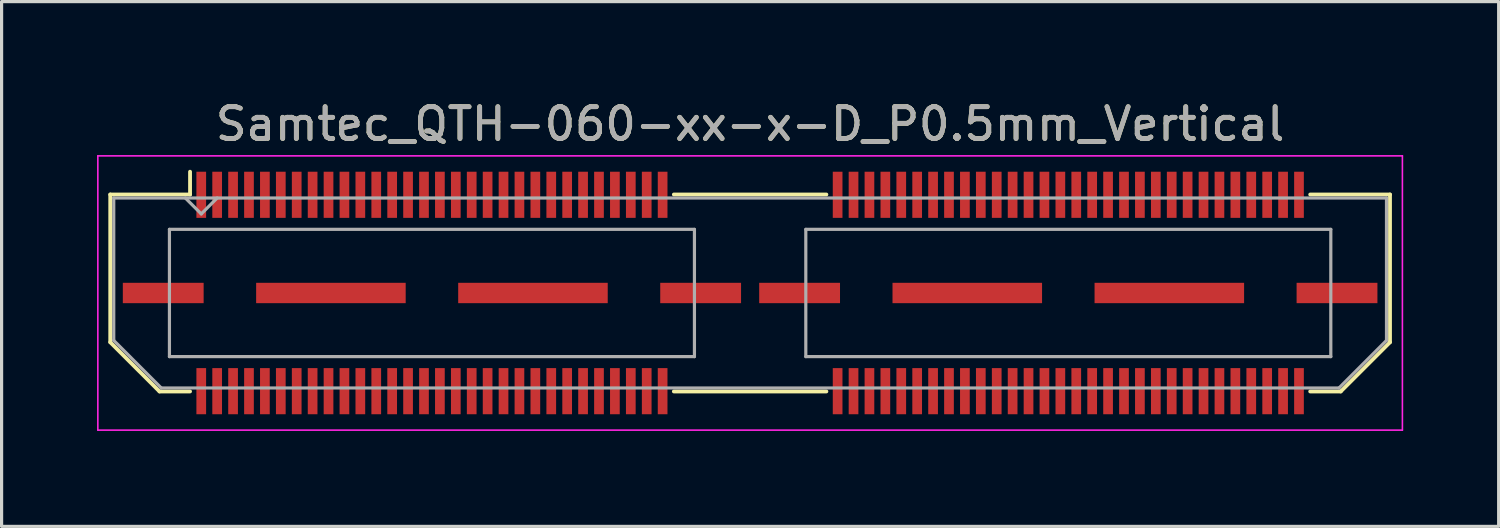
<source format=kicad_pcb>
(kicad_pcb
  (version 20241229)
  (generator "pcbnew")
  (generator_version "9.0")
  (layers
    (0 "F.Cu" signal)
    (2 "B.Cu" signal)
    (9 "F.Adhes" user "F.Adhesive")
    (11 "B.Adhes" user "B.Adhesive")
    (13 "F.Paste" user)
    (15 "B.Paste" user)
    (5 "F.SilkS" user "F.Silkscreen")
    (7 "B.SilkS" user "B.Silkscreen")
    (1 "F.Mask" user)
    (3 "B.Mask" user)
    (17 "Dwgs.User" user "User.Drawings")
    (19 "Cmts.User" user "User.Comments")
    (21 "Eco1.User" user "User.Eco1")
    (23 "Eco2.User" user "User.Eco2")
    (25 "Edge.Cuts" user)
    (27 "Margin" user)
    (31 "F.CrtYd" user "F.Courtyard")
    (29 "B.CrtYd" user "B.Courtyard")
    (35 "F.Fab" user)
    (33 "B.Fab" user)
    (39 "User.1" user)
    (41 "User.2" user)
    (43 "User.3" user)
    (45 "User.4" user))
  (footprint "Samtec_QTH-060-xx-x-D_P0.5mm_Vertical"
    (layer "F.Cu")
    (at 20.525 6.158)
    (property "Reference" "Samtec_QTH-060-xx-x-D_P0.5mm_Vertical" (at 0 -5.31 0) (layer "F.SilkS") (effects (font (size 1 1) (thickness 0.15))))
    (attr smd)
    (fp_line (start -20.11 -3.095) (end -20.11 1.548) (stroke (width 0.12) (type solid)) (layer "F.SilkS"))
    (fp_line (start -20.11 1.548) (end -18.562 3.095) (stroke (width 0.12) (type solid)) (layer "F.SilkS"))
    (fp_line (start -18.562 3.095) (end -17.602 3.095) (stroke (width 0.12) (type solid)) (layer "F.SilkS"))
    (fp_line (start -17.602 -3.811) (end -17.602 -3.095) (stroke (width 0.12) (type solid)) (layer "F.SilkS"))
    (fp_line (start -17.602 -3.095) (end -20.11 -3.095) (stroke (width 0.12) (type solid)) (layer "F.SilkS"))
    (fp_line (start -2.397 -3.095) (end 2.397 -3.095) (stroke (width 0.12) (type solid)) (layer "F.SilkS"))
    (fp_line (start -2.397 3.095) (end 2.397 3.095) (stroke (width 0.12) (type solid)) (layer "F.SilkS"))
    (fp_line (start 17.602 -3.095) (end 20.11 -3.095) (stroke (width 0.12) (type solid)) (layer "F.SilkS"))
    (fp_line (start 18.562 3.095) (end 17.602 3.095) (stroke (width 0.12) (type solid)) (layer "F.SilkS"))
    (fp_line (start 20.11 -3.095) (end 20.11 1.548) (stroke (width 0.12) (type solid)) (layer "F.SilkS"))
    (fp_line (start 20.11 1.548) (end 18.562 3.095) (stroke (width 0.12) (type solid)) (layer "F.SilkS"))
    (fp_line (start -20.5 -4.31) (end -20.5 4.31) (stroke (width 0.05) (type solid)) (layer "F.CrtYd"))
    (fp_line (start -20.5 4.31) (end 20.5 4.31) (stroke (width 0.05) (type solid)) (layer "F.CrtYd"))
    (fp_line (start 20.5 -4.31) (end -20.5 -4.31) (stroke (width 0.05) (type solid)) (layer "F.CrtYd"))
    (fp_line (start 20.5 4.31) (end 20.5 -4.31) (stroke (width 0.05) (type solid)) (layer "F.CrtYd"))
    (fp_line (start -20 -2.985) (end -20 1.492) (stroke (width 0.1) (type solid)) (layer "F.Fab"))
    (fp_line (start -20 -2.985) (end 20 -2.985) (stroke (width 0.1) (type solid)) (layer "F.Fab"))
    (fp_line (start -20 1.492) (end -18.508 2.985) (stroke (width 0.1) (type solid)) (layer "F.Fab"))
    (fp_line (start -18.508 2.985) (end 18.508 2.985) (stroke (width 0.1) (type solid)) (layer "F.Fab"))
    (fp_line (start -18.25 -2) (end -18.25 2) (stroke (width 0.1) (type solid)) (layer "F.Fab"))
    (fp_line (start -18.25 2) (end -1.75 2) (stroke (width 0.1) (type solid)) (layer "F.Fab"))
    (fp_line (start -17.25 -2.485) (end -17.75 -2.985) (stroke (width 0.1) (type solid)) (layer "F.Fab"))
    (fp_line (start -16.75 -2.985) (end -17.25 -2.485) (stroke (width 0.1) (type solid)) (layer "F.Fab"))
    (fp_line (start -1.75 -2) (end -18.25 -2) (stroke (width 0.1) (type solid)) (layer "F.Fab"))
    (fp_line (start -1.75 2) (end -1.75 -2) (stroke (width 0.1) (type solid)) (layer "F.Fab"))
    (fp_line (start 1.75 -2) (end 1.75 2) (stroke (width 0.1) (type solid)) (layer "F.Fab"))
    (fp_line (start 1.75 2) (end 18.25 2) (stroke (width 0.1) (type solid)) (layer "F.Fab"))
    (fp_line (start 18.25 -2) (end 1.75 -2) (stroke (width 0.1) (type solid)) (layer "F.Fab"))
    (fp_line (start 18.25 2) (end 18.25 -2) (stroke (width 0.1) (type solid)) (layer "F.Fab"))
    (fp_line (start 20 -2.985) (end 20 1.492) (stroke (width 0.1) (type solid)) (layer "F.Fab"))
    (fp_line (start 20 1.492) (end 18.508 2.985) (stroke (width 0.1) (type solid)) (layer "F.Fab"))
    (fp_text user "${REFERENCE}" (at 0 -5.31 0) (layer "F.Fab") (effects (font (size 1 1) (thickness 0.15))))
    (pad "1" smd rect (at -17.25 -3.086) (size 0.305 1.45) (layers "F.Cu" "F.Mask" "F.Paste"))
    (pad "2" smd rect (at -17.25 3.086) (size 0.305 1.45) (layers "F.Cu" "F.Mask" "F.Paste"))
    (pad "3" smd rect (at -16.75 -3.086) (size 0.305 1.45) (layers "F.Cu" "F.Mask" "F.Paste"))
    (pad "4" smd rect (at -16.75 3.086) (size 0.305 1.45) (layers "F.Cu" "F.Mask" "F.Paste"))
    (pad "5" smd rect (at -16.25 -3.086) (size 0.305 1.45) (layers "F.Cu" "F.Mask" "F.Paste"))
    (pad "6" smd rect (at -16.25 3.086) (size 0.305 1.45) (layers "F.Cu" "F.Mask" "F.Paste"))
    (pad "7" smd rect (at -15.75 -3.086) (size 0.305 1.45) (layers "F.Cu" "F.Mask" "F.Paste"))
    (pad "8" smd rect (at -15.75 3.086) (size 0.305 1.45) (layers "F.Cu" "F.Mask" "F.Paste"))
    (pad "9" smd rect (at -15.25 -3.086) (size 0.305 1.45) (layers "F.Cu" "F.Mask" "F.Paste"))
    (pad "10" smd rect (at -15.25 3.086) (size 0.305 1.45) (layers "F.Cu" "F.Mask" "F.Paste"))
    (pad "11" smd rect (at -14.75 -3.086) (size 0.305 1.45) (layers "F.Cu" "F.Mask" "F.Paste"))
    (pad "12" smd rect (at -14.75 3.086) (size 0.305 1.45) (layers "F.Cu" "F.Mask" "F.Paste"))
    (pad "13" smd rect (at -14.25 -3.086) (size 0.305 1.45) (layers "F.Cu" "F.Mask" "F.Paste"))
    (pad "14" smd rect (at -14.25 3.086) (size 0.305 1.45) (layers "F.Cu" "F.Mask" "F.Paste"))
    (pad "15" smd rect (at -13.75 -3.086) (size 0.305 1.45) (layers "F.Cu" "F.Mask" "F.Paste"))
    (pad "16" smd rect (at -13.75 3.086) (size 0.305 1.45) (layers "F.Cu" "F.Mask" "F.Paste"))
    (pad "17" smd rect (at -13.25 -3.086) (size 0.305 1.45) (layers "F.Cu" "F.Mask" "F.Paste"))
    (pad "18" smd rect (at -13.25 3.086) (size 0.305 1.45) (layers "F.Cu" "F.Mask" "F.Paste"))
    (pad "19" smd rect (at -12.75 -3.086) (size 0.305 1.45) (layers "F.Cu" "F.Mask" "F.Paste"))
    (pad "20" smd rect (at -12.75 3.086) (size 0.305 1.45) (layers "F.Cu" "F.Mask" "F.Paste"))
    (pad "21" smd rect (at -12.25 -3.086) (size 0.305 1.45) (layers "F.Cu" "F.Mask" "F.Paste"))
    (pad "22" smd rect (at -12.25 3.086) (size 0.305 1.45) (layers "F.Cu" "F.Mask" "F.Paste"))
    (pad "23" smd rect (at -11.75 -3.086) (size 0.305 1.45) (layers "F.Cu" "F.Mask" "F.Paste"))
    (pad "24" smd rect (at -11.75 3.086) (size 0.305 1.45) (layers "F.Cu" "F.Mask" "F.Paste"))
    (pad "25" smd rect (at -11.25 -3.086) (size 0.305 1.45) (layers "F.Cu" "F.Mask" "F.Paste"))
    (pad "26" smd rect (at -11.25 3.086) (size 0.305 1.45) (layers "F.Cu" "F.Mask" "F.Paste"))
    (pad "27" smd rect (at -10.75 -3.086) (size 0.305 1.45) (layers "F.Cu" "F.Mask" "F.Paste"))
    (pad "28" smd rect (at -10.75 3.086) (size 0.305 1.45) (layers "F.Cu" "F.Mask" "F.Paste"))
    (pad "29" smd rect (at -10.25 -3.086) (size 0.305 1.45) (layers "F.Cu" "F.Mask" "F.Paste"))
    (pad "30" smd rect (at -10.25 3.086) (size 0.305 1.45) (layers "F.Cu" "F.Mask" "F.Paste"))
    (pad "31" smd rect (at -9.75 -3.086) (size 0.305 1.45) (layers "F.Cu" "F.Mask" "F.Paste"))
    (pad "32" smd rect (at -9.75 3.086) (size 0.305 1.45) (layers "F.Cu" "F.Mask" "F.Paste"))
    (pad "33" smd rect (at -9.25 -3.086) (size 0.305 1.45) (layers "F.Cu" "F.Mask" "F.Paste"))
    (pad "34" smd rect (at -9.25 3.086) (size 0.305 1.45) (layers "F.Cu" "F.Mask" "F.Paste"))
    (pad "35" smd rect (at -8.75 -3.086) (size 0.305 1.45) (layers "F.Cu" "F.Mask" "F.Paste"))
    (pad "36" smd rect (at -8.75 3.086) (size 0.305 1.45) (layers "F.Cu" "F.Mask" "F.Paste"))
    (pad "37" smd rect (at -8.25 -3.086) (size 0.305 1.45) (layers "F.Cu" "F.Mask" "F.Paste"))
    (pad "38" smd rect (at -8.25 3.086) (size 0.305 1.45) (layers "F.Cu" "F.Mask" "F.Paste"))
    (pad "39" smd rect (at -7.75 -3.086) (size 0.305 1.45) (layers "F.Cu" "F.Mask" "F.Paste"))
    (pad "40" smd rect (at -7.75 3.086) (size 0.305 1.45) (layers "F.Cu" "F.Mask" "F.Paste"))
    (pad "41" smd rect (at -7.25 -3.086) (size 0.305 1.45) (layers "F.Cu" "F.Mask" "F.Paste"))
    (pad "42" smd rect (at -7.25 3.086) (size 0.305 1.45) (layers "F.Cu" "F.Mask" "F.Paste"))
    (pad "43" smd rect (at -6.75 -3.086) (size 0.305 1.45) (layers "F.Cu" "F.Mask" "F.Paste"))
    (pad "44" smd rect (at -6.75 3.086) (size 0.305 1.45) (layers "F.Cu" "F.Mask" "F.Paste"))
    (pad "45" smd rect (at -6.25 -3.086) (size 0.305 1.45) (layers "F.Cu" "F.Mask" "F.Paste"))
    (pad "46" smd rect (at -6.25 3.086) (size 0.305 1.45) (layers "F.Cu" "F.Mask" "F.Paste"))
    (pad "47" smd rect (at -5.75 -3.086) (size 0.305 1.45) (layers "F.Cu" "F.Mask" "F.Paste"))
    (pad "48" smd rect (at -5.75 3.086) (size 0.305 1.45) (layers "F.Cu" "F.Mask" "F.Paste"))
    (pad "49" smd rect (at -5.25 -3.086) (size 0.305 1.45) (layers "F.Cu" "F.Mask" "F.Paste"))
    (pad "50" smd rect (at -5.25 3.086) (size 0.305 1.45) (layers "F.Cu" "F.Mask" "F.Paste"))
    (pad "51" smd rect (at -4.75 -3.086) (size 0.305 1.45) (layers "F.Cu" "F.Mask" "F.Paste"))
    (pad "52" smd rect (at -4.75 3.086) (size 0.305 1.45) (layers "F.Cu" "F.Mask" "F.Paste"))
    (pad "53" smd rect (at -4.25 -3.086) (size 0.305 1.45) (layers "F.Cu" "F.Mask" "F.Paste"))
    (pad "54" smd rect (at -4.25 3.086) (size 0.305 1.45) (layers "F.Cu" "F.Mask" "F.Paste"))
    (pad "55" smd rect (at -3.75 -3.086) (size 0.305 1.45) (layers "F.Cu" "F.Mask" "F.Paste"))
    (pad "56" smd rect (at -3.75 3.086) (size 0.305 1.45) (layers "F.Cu" "F.Mask" "F.Paste"))
    (pad "57" smd rect (at -3.25 -3.086) (size 0.305 1.45) (layers "F.Cu" "F.Mask" "F.Paste"))
    (pad "58" smd rect (at -3.25 3.086) (size 0.305 1.45) (layers "F.Cu" "F.Mask" "F.Paste"))
    (pad "59" smd rect (at -2.75 -3.086) (size 0.305 1.45) (layers "F.Cu" "F.Mask" "F.Paste"))
    (pad "60" smd rect (at -2.75 3.086) (size 0.305 1.45) (layers "F.Cu" "F.Mask" "F.Paste"))
    (pad "61" smd rect (at 2.75 -3.086) (size 0.305 1.45) (layers "F.Cu" "F.Mask" "F.Paste"))
    (pad "62" smd rect (at 2.75 3.086) (size 0.305 1.45) (layers "F.Cu" "F.Mask" "F.Paste"))
    (pad "63" smd rect (at 3.25 -3.086) (size 0.305 1.45) (layers "F.Cu" "F.Mask" "F.Paste"))
    (pad "64" smd rect (at 3.25 3.086) (size 0.305 1.45) (layers "F.Cu" "F.Mask" "F.Paste"))
    (pad "65" smd rect (at 3.75 -3.086) (size 0.305 1.45) (layers "F.Cu" "F.Mask" "F.Paste"))
    (pad "66" smd rect (at 3.75 3.086) (size 0.305 1.45) (layers "F.Cu" "F.Mask" "F.Paste"))
    (pad "67" smd rect (at 4.25 -3.086) (size 0.305 1.45) (layers "F.Cu" "F.Mask" "F.Paste"))
    (pad "68" smd rect (at 4.25 3.086) (size 0.305 1.45) (layers "F.Cu" "F.Mask" "F.Paste"))
    (pad "69" smd rect (at 4.75 -3.086) (size 0.305 1.45) (layers "F.Cu" "F.Mask" "F.Paste"))
    (pad "70" smd rect (at 4.75 3.086) (size 0.305 1.45) (layers "F.Cu" "F.Mask" "F.Paste"))
    (pad "71" smd rect (at 5.25 -3.086) (size 0.305 1.45) (layers "F.Cu" "F.Mask" "F.Paste"))
    (pad "72" smd rect (at 5.25 3.086) (size 0.305 1.45) (layers "F.Cu" "F.Mask" "F.Paste"))
    (pad "73" smd rect (at 5.75 -3.086) (size 0.305 1.45) (layers "F.Cu" "F.Mask" "F.Paste"))
    (pad "74" smd rect (at 5.75 3.086) (size 0.305 1.45) (layers "F.Cu" "F.Mask" "F.Paste"))
    (pad "75" smd rect (at 6.25 -3.086) (size 0.305 1.45) (layers "F.Cu" "F.Mask" "F.Paste"))
    (pad "76" smd rect (at 6.25 3.086) (size 0.305 1.45) (layers "F.Cu" "F.Mask" "F.Paste"))
    (pad "77" smd rect (at 6.75 -3.086) (size 0.305 1.45) (layers "F.Cu" "F.Mask" "F.Paste"))
    (pad "78" smd rect (at 6.75 3.086) (size 0.305 1.45) (layers "F.Cu" "F.Mask" "F.Paste"))
    (pad "79" smd rect (at 7.25 -3.086) (size 0.305 1.45) (layers "F.Cu" "F.Mask" "F.Paste"))
    (pad "80" smd rect (at 7.25 3.086) (size 0.305 1.45) (layers "F.Cu" "F.Mask" "F.Paste"))
    (pad "81" smd rect (at 7.75 -3.086) (size 0.305 1.45) (layers "F.Cu" "F.Mask" "F.Paste"))
    (pad "82" smd rect (at 7.75 3.086) (size 0.305 1.45) (layers "F.Cu" "F.Mask" "F.Paste"))
    (pad "83" smd rect (at 8.25 -3.086) (size 0.305 1.45) (layers "F.Cu" "F.Mask" "F.Paste"))
    (pad "84" smd rect (at 8.25 3.086) (size 0.305 1.45) (layers "F.Cu" "F.Mask" "F.Paste"))
    (pad "85" smd rect (at 8.75 -3.086) (size 0.305 1.45) (layers "F.Cu" "F.Mask" "F.Paste"))
    (pad "86" smd rect (at 8.75 3.086) (size 0.305 1.45) (layers "F.Cu" "F.Mask" "F.Paste"))
    (pad "87" smd rect (at 9.25 -3.086) (size 0.305 1.45) (layers "F.Cu" "F.Mask" "F.Paste"))
    (pad "88" smd rect (at 9.25 3.086) (size 0.305 1.45) (layers "F.Cu" "F.Mask" "F.Paste"))
    (pad "89" smd rect (at 9.75 -3.086) (size 0.305 1.45) (layers "F.Cu" "F.Mask" "F.Paste"))
    (pad "90" smd rect (at 9.75 3.086) (size 0.305 1.45) (layers "F.Cu" "F.Mask" "F.Paste"))
    (pad "91" smd rect (at 10.25 -3.086) (size 0.305 1.45) (layers "F.Cu" "F.Mask" "F.Paste"))
    (pad "92" smd rect (at 10.25 3.086) (size 0.305 1.45) (layers "F.Cu" "F.Mask" "F.Paste"))
    (pad "93" smd rect (at 10.75 -3.086) (size 0.305 1.45) (layers "F.Cu" "F.Mask" "F.Paste"))
    (pad "94" smd rect (at 10.75 3.086) (size 0.305 1.45) (layers "F.Cu" "F.Mask" "F.Paste"))
    (pad "95" smd rect (at 11.25 -3.086) (size 0.305 1.45) (layers "F.Cu" "F.Mask" "F.Paste"))
    (pad "96" smd rect (at 11.25 3.086) (size 0.305 1.45) (layers "F.Cu" "F.Mask" "F.Paste"))
    (pad "97" smd rect (at 11.75 -3.086) (size 0.305 1.45) (layers "F.Cu" "F.Mask" "F.Paste"))
    (pad "98" smd rect (at 11.75 3.086) (size 0.305 1.45) (layers "F.Cu" "F.Mask" "F.Paste"))
    (pad "99" smd rect (at 12.25 -3.086) (size 0.305 1.45) (layers "F.Cu" "F.Mask" "F.Paste"))
    (pad "100" smd rect (at 12.25 3.086) (size 0.305 1.45) (layers "F.Cu" "F.Mask" "F.Paste"))
    (pad "101" smd rect (at 12.75 -3.086) (size 0.305 1.45) (layers "F.Cu" "F.Mask" "F.Paste"))
    (pad "102" smd rect (at 12.75 3.086) (size 0.305 1.45) (layers "F.Cu" "F.Mask" "F.Paste"))
    (pad "103" smd rect (at 13.25 -3.086) (size 0.305 1.45) (layers "F.Cu" "F.Mask" "F.Paste"))
    (pad "104" smd rect (at 13.25 3.086) (size 0.305 1.45) (layers "F.Cu" "F.Mask" "F.Paste"))
    (pad "105" smd rect (at 13.75 -3.086) (size 0.305 1.45) (layers "F.Cu" "F.Mask" "F.Paste"))
    (pad "106" smd rect (at 13.75 3.086) (size 0.305 1.45) (layers "F.Cu" "F.Mask" "F.Paste"))
    (pad "107" smd rect (at 14.25 -3.086) (size 0.305 1.45) (layers "F.Cu" "F.Mask" "F.Paste"))
    (pad "108" smd rect (at 14.25 3.086) (size 0.305 1.45) (layers "F.Cu" "F.Mask" "F.Paste"))
    (pad "109" smd rect (at 14.75 -3.086) (size 0.305 1.45) (layers "F.Cu" "F.Mask" "F.Paste"))
    (pad "110" smd rect (at 14.75 3.086) (size 0.305 1.45) (layers "F.Cu" "F.Mask" "F.Paste"))
    (pad "111" smd rect (at 15.25 -3.086) (size 0.305 1.45) (layers "F.Cu" "F.Mask" "F.Paste"))
    (pad "112" smd rect (at 15.25 3.086) (size 0.305 1.45) (layers "F.Cu" "F.Mask" "F.Paste"))
    (pad "113" smd rect (at 15.75 -3.086) (size 0.305 1.45) (layers "F.Cu" "F.Mask" "F.Paste"))
    (pad "114" smd rect (at 15.75 3.086) (size 0.305 1.45) (layers "F.Cu" "F.Mask" "F.Paste"))
    (pad "115" smd rect (at 16.25 -3.086) (size 0.305 1.45) (layers "F.Cu" "F.Mask" "F.Paste"))
    (pad "116" smd rect (at 16.25 3.086) (size 0.305 1.45) (layers "F.Cu" "F.Mask" "F.Paste"))
    (pad "117" smd rect (at 16.75 -3.086) (size 0.305 1.45) (layers "F.Cu" "F.Mask" "F.Paste"))
    (pad "118" smd rect (at 16.75 3.086) (size 0.305 1.45) (layers "F.Cu" "F.Mask" "F.Paste"))
    (pad "119" smd rect (at 17.25 -3.086) (size 0.305 1.45) (layers "F.Cu" "F.Mask" "F.Paste"))
    (pad "120" smd rect (at 17.25 3.086) (size 0.305 1.45) (layers "F.Cu" "F.Mask" "F.Paste"))
    (pad "P1" smd rect (at -18.445 0) (size 2.54 0.64) (layers "F.Cu" "F.Mask" "F.Paste"))
    (pad "P1" smd rect (at -13.175 0) (size 4.7 0.64) (layers "F.Cu" "F.Mask" "F.Paste"))
    (pad "P1" smd rect (at -6.825 0) (size 4.7 0.64) (layers "F.Cu" "F.Mask" "F.Paste"))
    (pad "P1" smd rect (at -1.555 0) (size 2.54 0.64) (layers "F.Cu" "F.Mask" "F.Paste"))
    (pad "P2" smd rect (at 1.555 0) (size 2.54 0.64) (layers "F.Cu" "F.Mask" "F.Paste"))
    (pad "P2" smd rect (at 6.825 0) (size 4.7 0.64) (layers "F.Cu" "F.Mask" "F.Paste"))
    (pad "P2" smd rect (at 13.175 0) (size 4.7 0.64) (layers "F.Cu" "F.Mask" "F.Paste"))
    (pad "P2" smd rect (at 18.445 0) (size 2.54 0.64) (layers "F.Cu" "F.Mask" "F.Paste")))
  (gr_rect
    (start -3 -3)
    (end 44.05 13.493)
    (stroke (width 0.1) (type default))
    (fill no)
    (layer "Edge.Cuts")))
</source>
